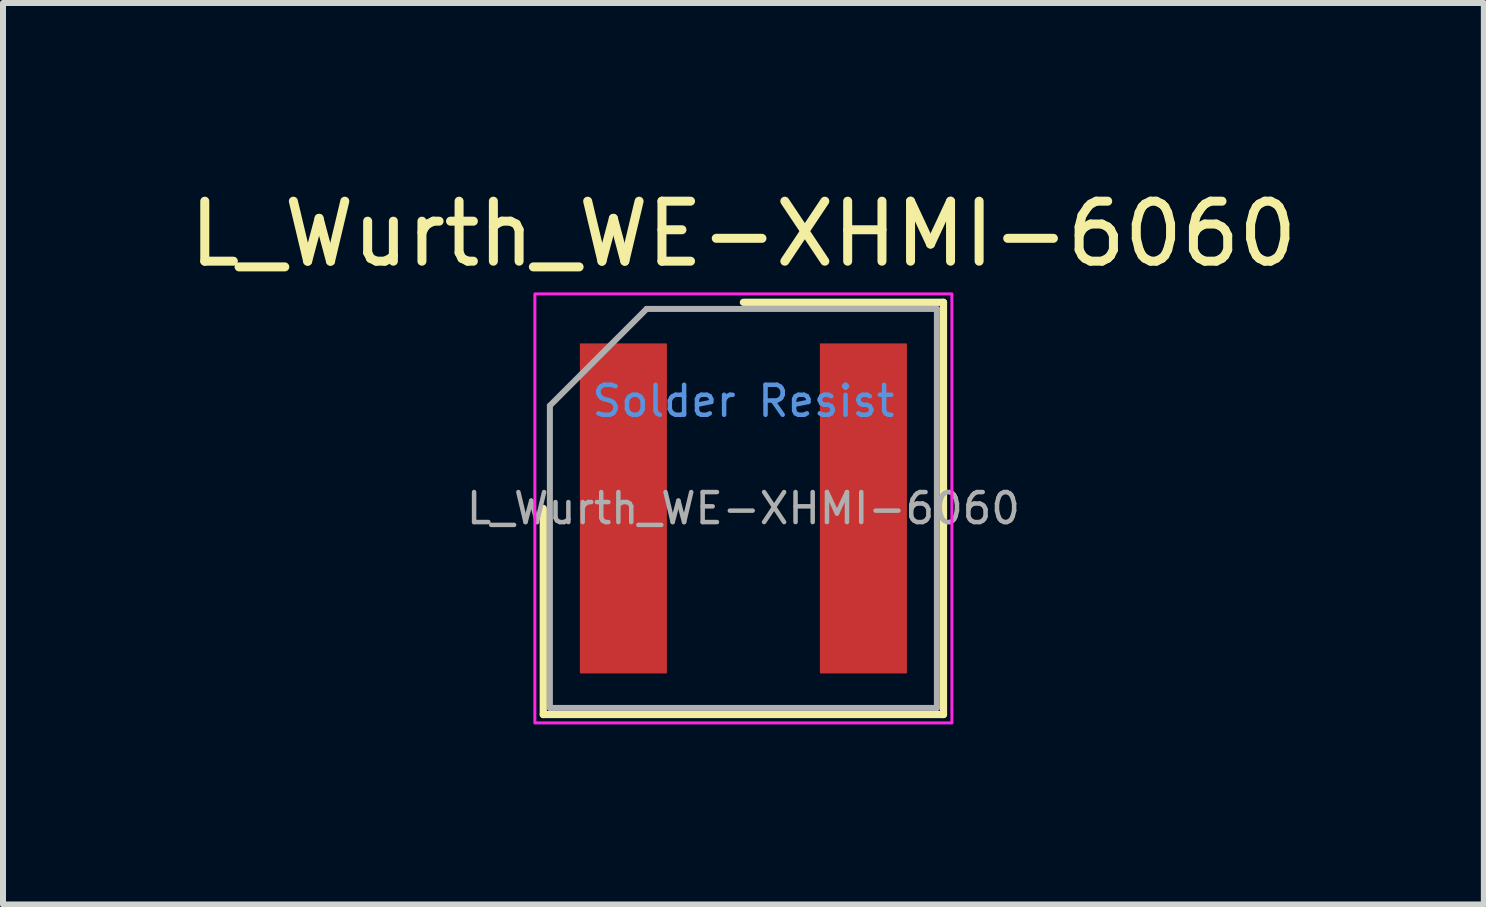
<source format=kicad_pcb>
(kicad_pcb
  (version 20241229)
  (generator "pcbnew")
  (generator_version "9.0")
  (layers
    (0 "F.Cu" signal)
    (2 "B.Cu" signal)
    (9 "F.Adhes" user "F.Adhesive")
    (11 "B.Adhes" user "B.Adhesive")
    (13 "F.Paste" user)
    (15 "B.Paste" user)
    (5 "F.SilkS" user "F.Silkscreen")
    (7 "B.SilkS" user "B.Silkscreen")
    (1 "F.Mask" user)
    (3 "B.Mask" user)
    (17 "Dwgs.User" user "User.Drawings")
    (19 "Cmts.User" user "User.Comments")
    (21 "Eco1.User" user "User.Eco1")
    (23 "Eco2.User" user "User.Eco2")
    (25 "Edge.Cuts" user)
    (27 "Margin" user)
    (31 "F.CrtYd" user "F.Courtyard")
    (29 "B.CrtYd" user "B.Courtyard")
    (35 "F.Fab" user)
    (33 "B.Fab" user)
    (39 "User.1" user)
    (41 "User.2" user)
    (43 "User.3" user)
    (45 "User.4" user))
  (footprint "L_Wurth_WE-XHMI-6060"
    (layer "F.Cu")
    (at 9.339 5.423)
    (property "Reference" "L_Wurth_WE-XHMI-6060" (at 0 -4.575 0) (unlocked yes) (layer "F.SilkS") (effects (font (size 1 1) (thickness 0.15))))
    (attr smd)
    (fp_line (start -3.335 3.435) (end -3.335 0) (stroke (width 0.12) (type solid)) (layer "F.SilkS"))
    (fp_line (start -3.335 3.435) (end 3.335 3.435) (stroke (width 0.12) (type solid)) (layer "F.SilkS"))
    (fp_line (start 0 -3.435) (end 3.335 -3.435) (stroke (width 0.12) (type solid)) (layer "F.SilkS"))
    (fp_line (start 3.335 -3.435) (end 3.335 3.435) (stroke (width 0.12) (type solid)) (layer "F.SilkS"))
    (fp_rect (start -3.475 -3.575) (end 3.475 3.575) (stroke (width 0.05) (type solid)) (fill no) (layer "F.CrtYd"))
    (fp_line (start -3.225 -1.712) (end -3.225 3.325) (stroke (width 0.1) (type solid)) (layer "F.Fab"))
    (fp_line (start -3.225 3.325) (end 3.225 3.325) (stroke (width 0.1) (type solid)) (layer "F.Fab"))
    (fp_line (start -1.613 -3.325) (end -3.225 -1.712) (stroke (width 0.1) (type solid)) (layer "F.Fab"))
    (fp_line (start 3.225 -3.325) (end -1.613 -3.325) (stroke (width 0.1) (type solid)) (layer "F.Fab"))
    (fp_line (start 3.225 3.325) (end 3.225 -3.325) (stroke (width 0.1) (type solid)) (layer "F.Fab"))
    (fp_text user "Solder Resist" (at 0 -1.788 0) (unlocked yes) (layer "Cmts.User") (effects (font (size 0.5 0.5) (thickness 0.075))))
    (fp_text user "${REFERENCE}" (at 0 0 0) (unlocked yes) (layer "F.Fab") (effects (font (size 0.5 0.5) (thickness 0.075))))
    (pad "1" smd rect (at -2 0) (size 1.45 5.5) (layers "F.Cu" "F.Mask" "F.Paste"))
    (pad "2" smd rect (at 2 0) (size 1.45 5.5) (layers "F.Cu" "F.Mask" "F.Paste"))
    (zone (net_name "") (layers "F.Cu" "Dwgs.User") (name "Solder Resist") (hatch full 0.1) (connect_pads) (min_thickness 0.25) (filled_areas_thickness no) (keepout (tracks not_allowed) (vias not_allowed) (pads not_allowed) (copperpour not_allowed) (footprints not_allowed)) (placement (enabled no)) (fill) (polygon (pts (xy 8.064 8.998) (xy 10.614 8.998) (xy 10.614 1.848) (xy 8.064 1.848)))))
  (gr_rect
    (start -3 -3)
    (end 21.679 12.023)
    (stroke (width 0.1) (type default))
    (fill no)
    (layer "Edge.Cuts")))
</source>
